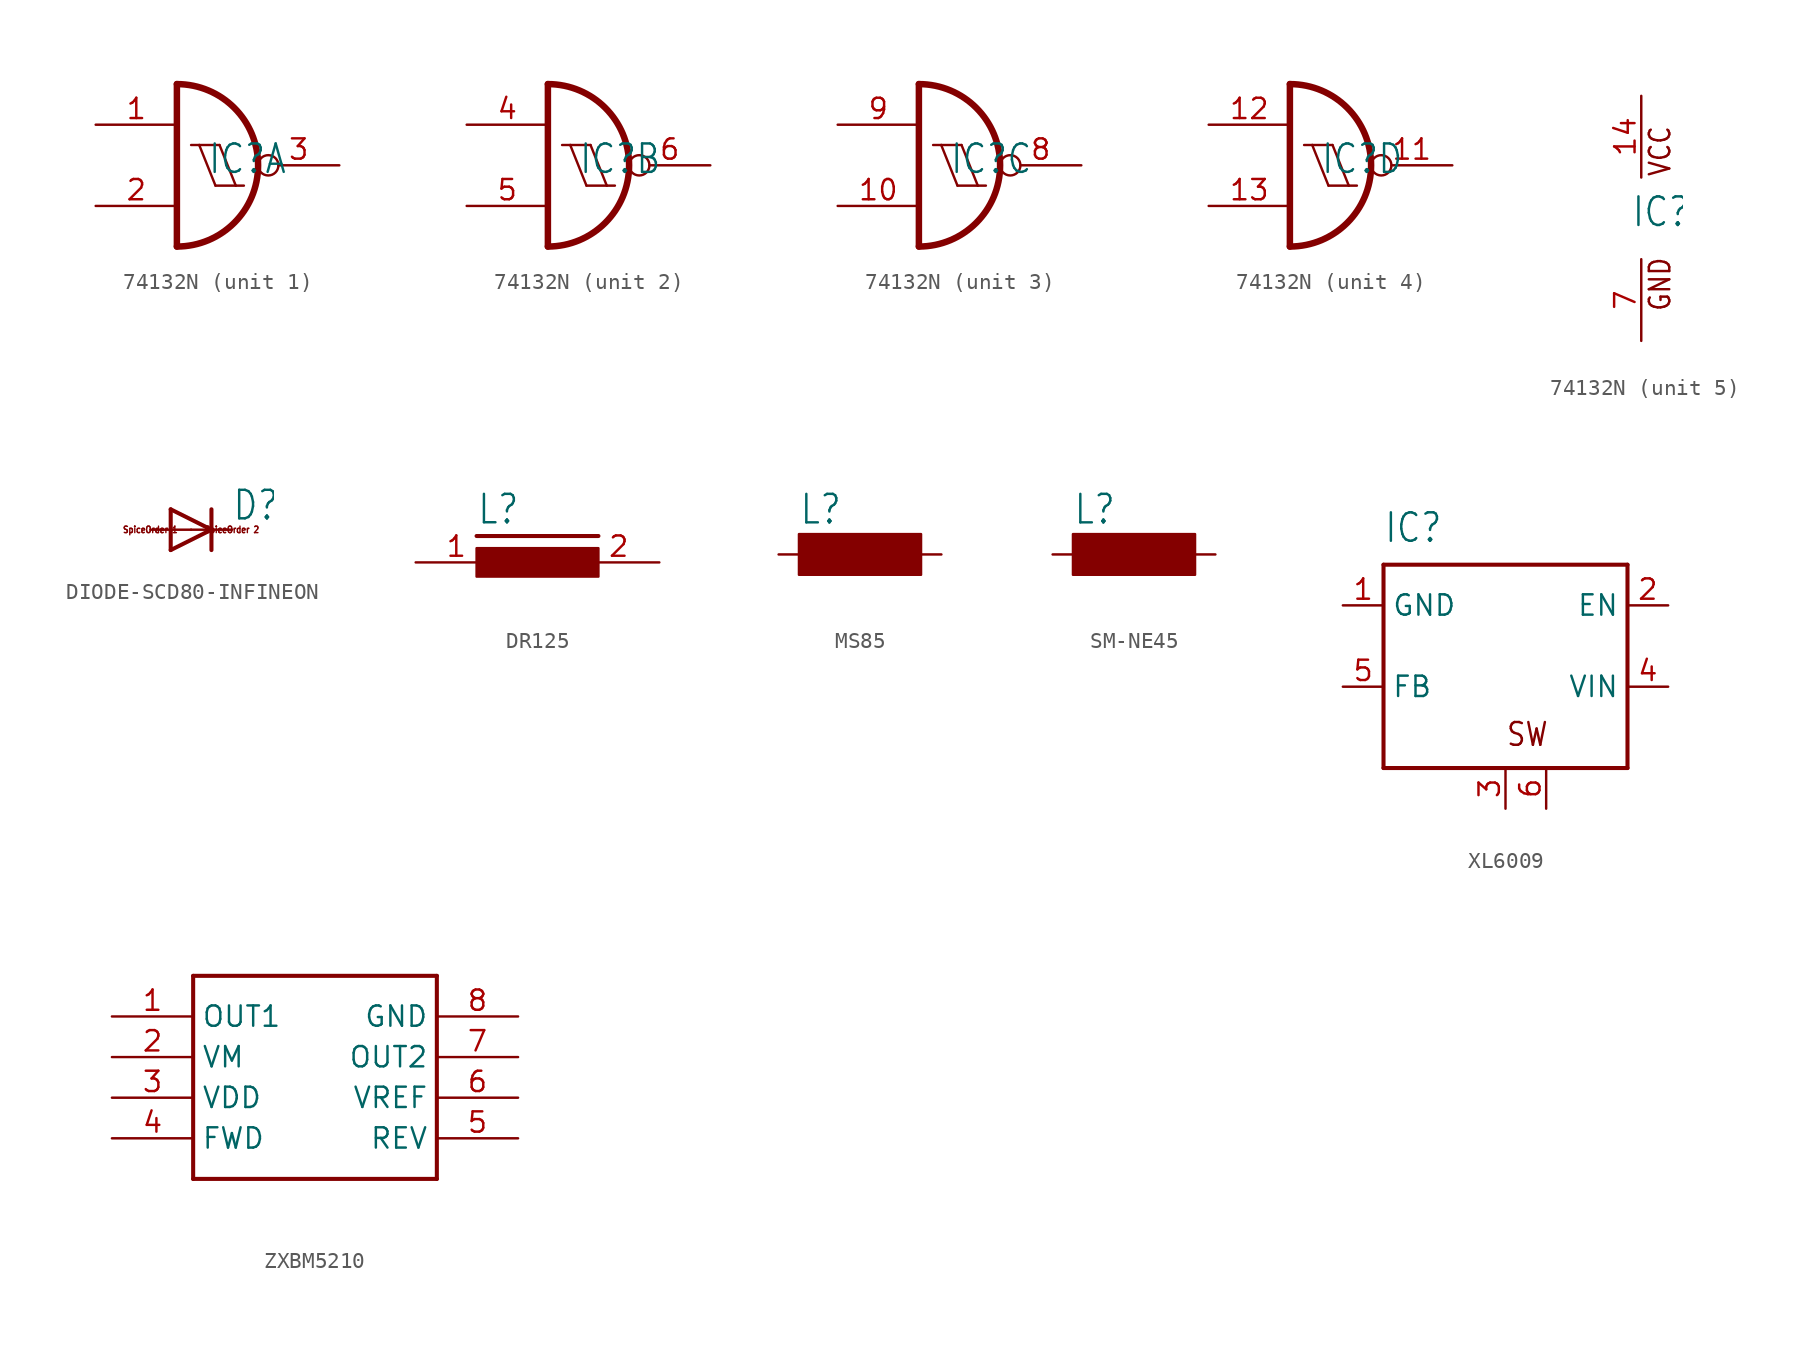
<source format=kicad_sym>
(kicad_symbol_lib
  (version 20220914)
  (generator kicad_symbol_editor)
  (symbol "74132N"
    (property "Reference" "IC"
      (at -0.635 -0.635 0)
      (effects (font (size 1.778 1.511)) (justify left bottom)))
    (property "ki_locked" ""
      (at 0 0 0)
      (effects (font (size 1.27 1.27))))
    (symbol "74132N_1_0"
      (arc (start -2.54 -5.08) (mid 2.54 0) (end -2.54 5.08) (stroke (width 0.4064) (type solid)) (fill (type none)))
      (polyline (pts (xy -2.54 5.08) (xy -2.54 -5.08)) (stroke (width 0.406) (type solid)) (fill (type none)))
      (polyline (pts (xy -1.651 1.27) (xy -1.143 1.27)) (stroke (width 0.152) (type solid)) (fill (type none)))
      (polyline (pts (xy -1.143 1.27) (xy 0.127 1.27)) (stroke (width 0.152) (type solid)) (fill (type none)))
      (polyline (pts (xy -0.127 -1.27) (xy -1.143 1.27)) (stroke (width 0.152) (type solid)) (fill (type none)))
      (polyline (pts (xy -0.127 -1.27) (xy 1.143 -1.27)) (stroke (width 0.152) (type solid)) (fill (type none)))
      (polyline (pts (xy 1.143 -1.27) (xy 0.127 1.27)) (stroke (width 0.152) (type solid)) (fill (type none)))
      (polyline (pts (xy 1.143 -1.27) (xy 1.651 -1.27)) (stroke (width 0.152) (type solid)) (fill (type none)))
      (pin input line (at -7.62 2.54 0) (length 5.08) (name "I0" (effects (font (size 0 0)))) (number "1" (effects (font (size 1.27 1.27)))))
      (pin input line (at -7.62 -2.54 0) (length 5.08) (name "I1" (effects (font (size 0 0)))) (number "2" (effects (font (size 1.27 1.27)))))
      (pin output inverted (at 7.62 0 180) (length 5.08) (name "O" (effects (font (size 0 0)))) (number "3" (effects (font (size 1.27 1.27))))))
    (symbol "74132N_2_0"
      (arc (start -2.54 -5.08) (mid 2.54 0) (end -2.54 5.08) (stroke (width 0.4064) (type solid)) (fill (type none)))
      (polyline (pts (xy -2.54 5.08) (xy -2.54 -5.08)) (stroke (width 0.406) (type solid)) (fill (type none)))
      (polyline (pts (xy -1.651 1.27) (xy -1.143 1.27)) (stroke (width 0.152) (type solid)) (fill (type none)))
      (polyline (pts (xy -1.143 1.27) (xy 0.127 1.27)) (stroke (width 0.152) (type solid)) (fill (type none)))
      (polyline (pts (xy -0.127 -1.27) (xy -1.143 1.27)) (stroke (width 0.152) (type solid)) (fill (type none)))
      (polyline (pts (xy -0.127 -1.27) (xy 1.143 -1.27)) (stroke (width 0.152) (type solid)) (fill (type none)))
      (polyline (pts (xy 1.143 -1.27) (xy 0.127 1.27)) (stroke (width 0.152) (type solid)) (fill (type none)))
      (polyline (pts (xy 1.143 -1.27) (xy 1.651 -1.27)) (stroke (width 0.152) (type solid)) (fill (type none)))
      (pin input line (at -7.62 2.54 0) (length 5.08) (name "I0" (effects (font (size 0 0)))) (number "4" (effects (font (size 1.27 1.27)))))
      (pin input line (at -7.62 -2.54 0) (length 5.08) (name "I1" (effects (font (size 0 0)))) (number "5" (effects (font (size 1.27 1.27)))))
      (pin output inverted (at 7.62 0 180) (length 5.08) (name "O" (effects (font (size 0 0)))) (number "6" (effects (font (size 1.27 1.27))))))
    (symbol "74132N_3_0"
      (arc (start -2.54 -5.08) (mid 2.54 0) (end -2.54 5.08) (stroke (width 0.4064) (type solid)) (fill (type none)))
      (polyline (pts (xy -2.54 5.08) (xy -2.54 -5.08)) (stroke (width 0.406) (type solid)) (fill (type none)))
      (polyline (pts (xy -1.651 1.27) (xy -1.143 1.27)) (stroke (width 0.152) (type solid)) (fill (type none)))
      (polyline (pts (xy -1.143 1.27) (xy 0.127 1.27)) (stroke (width 0.152) (type solid)) (fill (type none)))
      (polyline (pts (xy -0.127 -1.27) (xy -1.143 1.27)) (stroke (width 0.152) (type solid)) (fill (type none)))
      (polyline (pts (xy -0.127 -1.27) (xy 1.143 -1.27)) (stroke (width 0.152) (type solid)) (fill (type none)))
      (polyline (pts (xy 1.143 -1.27) (xy 0.127 1.27)) (stroke (width 0.152) (type solid)) (fill (type none)))
      (polyline (pts (xy 1.143 -1.27) (xy 1.651 -1.27)) (stroke (width 0.152) (type solid)) (fill (type none)))
      (pin input line (at -7.62 -2.54 0) (length 5.08) (name "I1" (effects (font (size 0 0)))) (number "10" (effects (font (size 1.27 1.27)))))
      (pin output inverted (at 7.62 0 180) (length 5.08) (name "O" (effects (font (size 0 0)))) (number "8" (effects (font (size 1.27 1.27)))))
      (pin input line (at -7.62 2.54 0) (length 5.08) (name "I0" (effects (font (size 0 0)))) (number "9" (effects (font (size 1.27 1.27))))))
    (symbol "74132N_4_0"
      (arc (start -2.54 -5.08) (mid 2.54 0) (end -2.54 5.08) (stroke (width 0.4064) (type solid)) (fill (type none)))
      (polyline (pts (xy -2.54 5.08) (xy -2.54 -5.08)) (stroke (width 0.406) (type solid)) (fill (type none)))
      (polyline (pts (xy -1.651 1.27) (xy -1.143 1.27)) (stroke (width 0.152) (type solid)) (fill (type none)))
      (polyline (pts (xy -1.143 1.27) (xy 0.127 1.27)) (stroke (width 0.152) (type solid)) (fill (type none)))
      (polyline (pts (xy -0.127 -1.27) (xy -1.143 1.27)) (stroke (width 0.152) (type solid)) (fill (type none)))
      (polyline (pts (xy -0.127 -1.27) (xy 1.143 -1.27)) (stroke (width 0.152) (type solid)) (fill (type none)))
      (polyline (pts (xy 1.143 -1.27) (xy 0.127 1.27)) (stroke (width 0.152) (type solid)) (fill (type none)))
      (polyline (pts (xy 1.143 -1.27) (xy 1.651 -1.27)) (stroke (width 0.152) (type solid)) (fill (type none)))
      (pin output inverted (at 7.62 0 180) (length 5.08) (name "O" (effects (font (size 0 0)))) (number "11" (effects (font (size 1.27 1.27)))))
      (pin input line (at -7.62 2.54 0) (length 5.08) (name "I0" (effects (font (size 0 0)))) (number "12" (effects (font (size 1.27 1.27)))))
      (pin input line (at -7.62 -2.54 0) (length 5.08) (name "I1" (effects (font (size 0 0)))) (number "13" (effects (font (size 1.27 1.27))))))
    (symbol "74132N_5_0"
      (text "GND" (at 1.905 -5.842 900) (effects (font (size 1.27 1.079)) (justify left bottom)))
      (text "VCC" (at 1.905 2.54 900) (effects (font (size 1.27 1.079)) (justify left bottom)))
      (pin power_in line (at 0 7.62 270) (length 5.08) (name "VCC" (effects (font (size 0 0)))) (number "14" (effects (font (size 1.27 1.27)))))
      (pin power_in line (at 0 -7.62 90) (length 5.08) (name "GND" (effects (font (size 0 0)))) (number "7" (effects (font (size 1.27 1.27)))))))
  (symbol "DIODE-SCD80-INFINEON"
    (property "Reference" "D"
      (at 2.54 0.483 0)
      (effects (font (size 1.778 1.511)) (justify left bottom)))
    (property "Value" ""
      (at 2.54 -2.311 0)
      (effects (font (size 1.778 1.511)) (justify left bottom)))
    (property "ki_locked" ""
      (at 0 0 0)
      (effects (font (size 1.27 1.27))))
    (symbol "DIODE-SCD80-INFINEON_1_0"
      (polyline (pts (xy -1.27 -1.27) (xy 1.27 0)) (stroke (width 0.254) (type solid)) (fill (type none)))
      (polyline (pts (xy -1.27 1.27) (xy -1.27 -1.27)) (stroke (width 0.254) (type solid)) (fill (type none)))
      (polyline (pts (xy 1.27 0) (xy -1.27 1.27)) (stroke (width 0.254) (type solid)) (fill (type none)))
      (polyline (pts (xy 1.27 0) (xy 1.27 -1.27)) (stroke (width 0.254) (type solid)) (fill (type none)))
      (polyline (pts (xy 1.27 1.27) (xy 1.27 0)) (stroke (width 0.254) (type solid)) (fill (type none)))
      (text "SpiceOrder 1" (at -2.54 0 0) (effects (font (size 0.406 0.345))))
      (text "SpiceOrder 2" (at 2.54 0 0) (effects (font (size 0.406 0.345))))
      (pin passive line (at -2.54 0 0) (length 2.54) (name "A" (effects (font (size 0 0)))) (number "A" (effects (font (size 0 0)))))
      (pin passive line (at 2.54 0 180) (length 2.54) (name "C" (effects (font (size 0 0)))) (number "C" (effects (font (size 0 0)))))))
  (symbol "DR125"
    (property "Reference" "L"
      (at -3.81 2.286 0)
      (effects (font (size 1.778 1.511)) (justify left bottom)))
    (property "Value" ""
      (at -3.937 -3.048 0)
      (effects (font (size 1.778 1.511)) (justify left bottom)))
    (property "ki_locked" ""
      (at 0 0 0)
      (effects (font (size 1.27 1.27))))
    (symbol "DR125_1_0"
      (rectangle (start -3.81 -0.889) (end 3.81 0.889) (stroke (width 0) (type default)) (fill (type outline)))
      (polyline (pts (xy -3.81 1.651) (xy 3.81 1.651)) (stroke (width 0.254) (type solid)) (fill (type none)))
      (pin passive line (at -7.62 0 0) (length 5.08) (name "1" (effects (font (size 0 0)))) (number "1" (effects (font (size 1.27 1.27)))))
      (pin passive line (at 7.62 0 180) (length 5.08) (name "2" (effects (font (size 0 0)))) (number "2" (effects (font (size 1.27 1.27)))))))
  (symbol "MS85"
    (property "Reference" "L"
      (at -3.81 1.778 0)
      (effects (font (size 1.778 1.511)) (justify left bottom)))
    (property "Value" ""
      (at -3.81 -3.556 0)
      (effects (font (size 1.778 1.511)) (justify left bottom)))
    (property "ki_locked" ""
      (at 0 0 0)
      (effects (font (size 1.27 1.27))))
    (symbol "MS85_1_0"
      (rectangle (start -3.81 -1.27) (end 3.81 1.27) (stroke (width 0) (type default)) (fill (type outline)))
      (pin passive line (at -5.08 0 0) (length 2.54) (name "1" (effects (font (size 0 0)))) (number "1" (effects (font (size 0 0)))))
      (pin passive line (at 5.08 0 180) (length 2.54) (name "2" (effects (font (size 0 0)))) (number "2" (effects (font (size 0 0)))))))
  (symbol "SM-NE45"
    (property "Reference" "L"
      (at -3.81 1.778 0)
      (effects (font (size 1.778 1.511)) (justify left bottom)))
    (property "Value" ""
      (at -3.81 -3.556 0)
      (effects (font (size 1.778 1.511)) (justify left bottom)))
    (property "ki_locked" ""
      (at 0 0 0)
      (effects (font (size 1.27 1.27))))
    (symbol "SM-NE45_1_0"
      (rectangle (start -3.81 -1.27) (end 3.81 1.27) (stroke (width 0) (type default)) (fill (type outline)))
      (pin passive line (at -5.08 0 0) (length 2.54) (name "1" (effects (font (size 0 0)))) (number "1" (effects (font (size 0 0)))))
      (pin passive line (at 5.08 0 180) (length 2.54) (name "2" (effects (font (size 0 0)))) (number "2" (effects (font (size 0 0)))))))
  (symbol "XL6009"
    (property "Reference" "IC"
      (at -7.62 6.35 0)
      (effects (font (size 1.778 1.511)) (justify left bottom)))
    (property "Value" ""
      (at 2.54 6.35 0)
      (effects (font (size 1.778 1.511)) (justify left bottom)))
    (property "ki_locked" ""
      (at 0 0 0)
      (effects (font (size 1.27 1.27))))
    (symbol "XL6009_1_0"
      (polyline (pts (xy -7.62 -7.62) (xy -7.62 5.08)) (stroke (width 0.254) (type solid)) (fill (type none)))
      (polyline (pts (xy -7.62 5.08) (xy 7.62 5.08)) (stroke (width 0.254) (type solid)) (fill (type none)))
      (polyline (pts (xy 7.62 -7.62) (xy -7.62 -7.62)) (stroke (width 0.254) (type solid)) (fill (type none)))
      (polyline (pts (xy 7.62 5.08) (xy 7.62 -7.62)) (stroke (width 0.254) (type solid)) (fill (type none)))
      (text "SW" (at 0 -6.35 0) (effects (font (size 1.422 1.209)) (justify left bottom)))
      (pin input line (at -10.16 2.54 0) (length 2.54) (name "GND" (effects (font (size 1.27 1.27)))) (number "1" (effects (font (size 1.27 1.27)))))
      (pin output line (at 10.16 2.54 180) (length 2.54) (name "EN" (effects (font (size 1.27 1.27)))) (number "2" (effects (font (size 1.27 1.27)))))
      (pin power_in line (at 0 -10.16 90) (length 2.54) (name "SW" (effects (font (size 0 0)))) (number "3" (effects (font (size 1.27 1.27)))))
      (pin input line (at 10.16 -2.54 180) (length 2.54) (name "VIN" (effects (font (size 1.27 1.27)))) (number "4" (effects (font (size 1.27 1.27)))))
      (pin input line (at -10.16 -2.54 0) (length 2.54) (name "FB" (effects (font (size 1.27 1.27)))) (number "5" (effects (font (size 1.27 1.27)))))
      (pin power_in line (at 2.54 -10.16 90) (length 2.54) (name "SW@1" (effects (font (size 0 0)))) (number "6" (effects (font (size 1.27 1.27)))))))
  (symbol "ZXBM5210"
    (property "Reference" ""
      (at -7.62 5.588 0)
      (effects (font (size 1.778 1.511)) (justify left bottom) hide))
    (property "Value" ""
      (at -7.62 -10.16 0)
      (effects (font (size 1.778 1.511)) (justify left bottom)))
    (property "ki_locked" ""
      (at 0 0 0)
      (effects (font (size 1.27 1.27))))
    (symbol "ZXBM5210_1_0"
      (polyline (pts (xy -7.62 -7.62) (xy 7.62 -7.62)) (stroke (width 0.254) (type solid)) (fill (type none)))
      (polyline (pts (xy -7.62 5.08) (xy -7.62 -7.62)) (stroke (width 0.254) (type solid)) (fill (type none)))
      (polyline (pts (xy 7.62 -7.62) (xy 7.62 5.08)) (stroke (width 0.254) (type solid)) (fill (type none)))
      (polyline (pts (xy 7.62 5.08) (xy -7.62 5.08)) (stroke (width 0.254) (type solid)) (fill (type none)))
      (pin bidirectional line (at -12.7 2.54 0) (length 5.08) (name "OUT1" (effects (font (size 1.27 1.27)))) (number "1" (effects (font (size 1.27 1.27)))))
      (pin bidirectional line (at -12.7 0 0) (length 5.08) (name "VM" (effects (font (size 1.27 1.27)))) (number "2" (effects (font (size 1.27 1.27)))))
      (pin bidirectional line (at -12.7 -2.54 0) (length 5.08) (name "VDD" (effects (font (size 1.27 1.27)))) (number "3" (effects (font (size 1.27 1.27)))))
      (pin bidirectional line (at -12.7 -5.08 0) (length 5.08) (name "FWD" (effects (font (size 1.27 1.27)))) (number "4" (effects (font (size 1.27 1.27)))))
      (pin bidirectional line (at 12.7 -5.08 180) (length 5.08) (name "REV" (effects (font (size 1.27 1.27)))) (number "5" (effects (font (size 1.27 1.27)))))
      (pin bidirectional line (at 12.7 -2.54 180) (length 5.08) (name "VREF" (effects (font (size 1.27 1.27)))) (number "6" (effects (font (size 1.27 1.27)))))
      (pin bidirectional line (at 12.7 0 180) (length 5.08) (name "OUT2" (effects (font (size 1.27 1.27)))) (number "7" (effects (font (size 1.27 1.27)))))
      (pin bidirectional line (at 12.7 2.54 180) (length 5.08) (name "GND" (effects (font (size 1.27 1.27)))) (number "8" (effects (font (size 1.27 1.27))))))))
</source>
